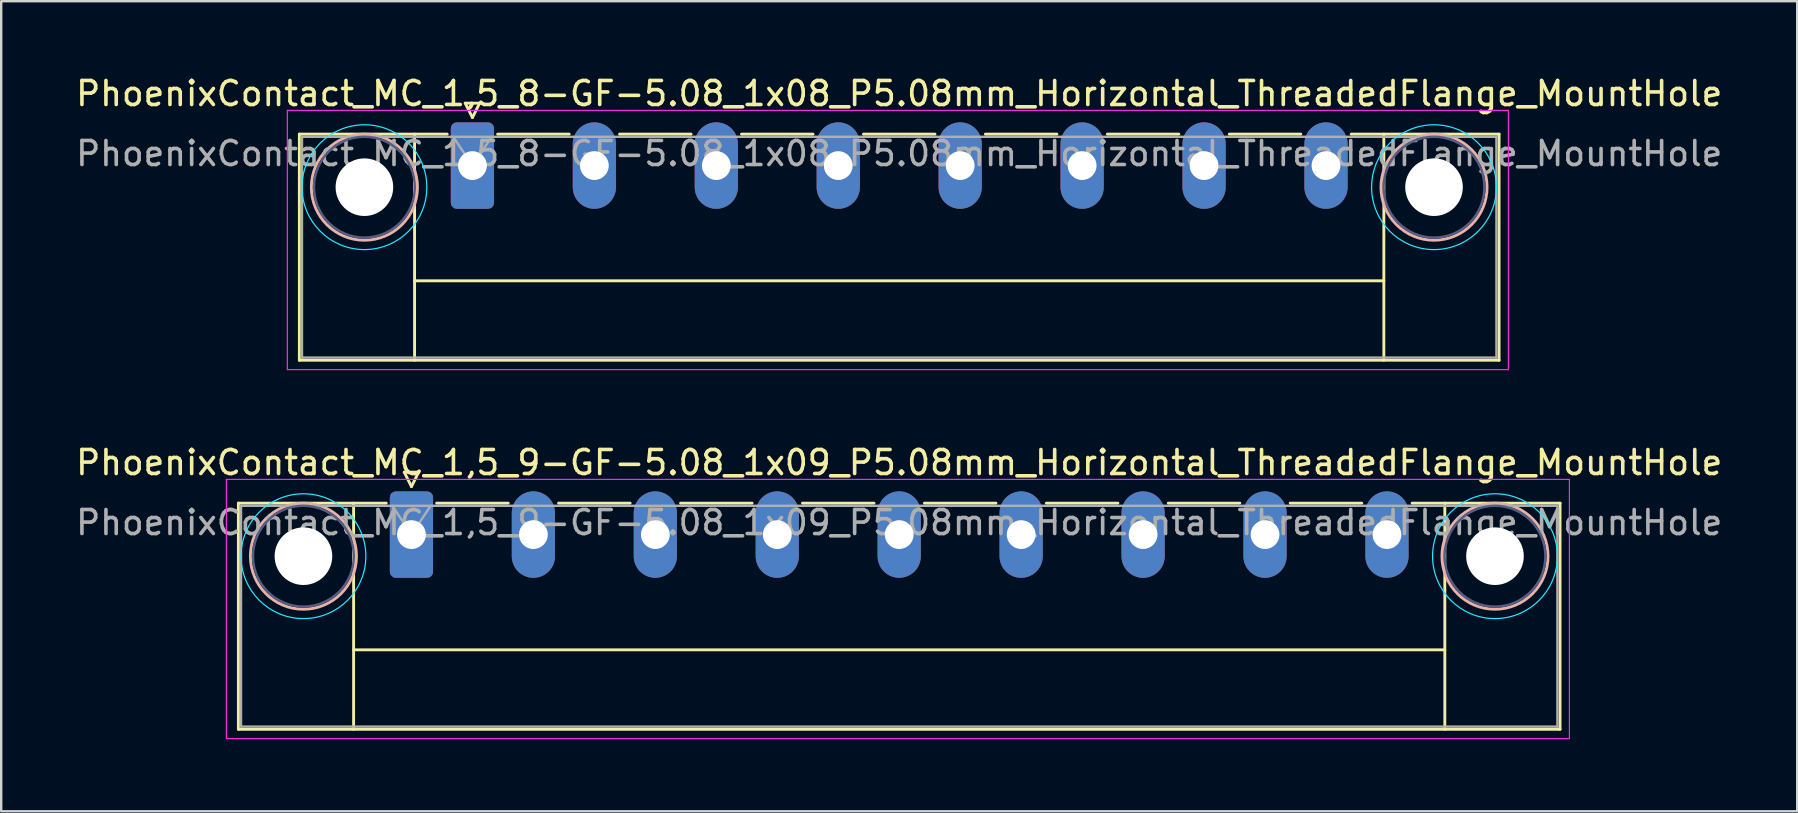
<source format=kicad_pcb>
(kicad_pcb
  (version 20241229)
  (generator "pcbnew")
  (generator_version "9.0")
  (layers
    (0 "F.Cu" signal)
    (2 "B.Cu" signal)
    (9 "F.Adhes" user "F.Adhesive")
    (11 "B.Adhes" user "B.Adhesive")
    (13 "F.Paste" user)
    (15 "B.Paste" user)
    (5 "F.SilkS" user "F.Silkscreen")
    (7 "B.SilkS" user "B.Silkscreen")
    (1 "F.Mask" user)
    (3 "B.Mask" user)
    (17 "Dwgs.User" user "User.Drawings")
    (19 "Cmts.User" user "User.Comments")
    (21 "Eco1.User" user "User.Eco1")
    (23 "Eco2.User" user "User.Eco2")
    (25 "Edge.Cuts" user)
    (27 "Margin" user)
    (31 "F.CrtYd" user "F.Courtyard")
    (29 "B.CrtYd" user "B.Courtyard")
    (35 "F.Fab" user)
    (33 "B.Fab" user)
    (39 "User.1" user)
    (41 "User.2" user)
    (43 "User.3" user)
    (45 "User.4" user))
  (footprint "PhoenixContact_MC_1,5_9-GF-5.08_1x09_P5.08mm_Horizontal_ThreadedFlange_MountHole"
    (layer "F.Cu")
    (at 14.091 19.221)
    (property "Reference" "PhoenixContact_MC_1,5_9-GF-5.08_1x09_P5.08mm_Horizontal_ThreadedFlange_MountHole" (at 20.32 -3 0) (layer "F.SilkS") (effects (font (size 1 1) (thickness 0.15))))
    (attr through_hole)
    (fp_line (start -7.21 -1.31) (end -7.21 8.11) (stroke (width 0.12) (type solid)) (layer "F.SilkS"))
    (fp_line (start -7.21 -1.31) (end -1.05 -1.31) (stroke (width 0.12) (type solid)) (layer "F.SilkS"))
    (fp_line (start -7.21 8.11) (end 47.85 8.11) (stroke (width 0.12) (type solid)) (layer "F.SilkS"))
    (fp_line (start -2.41 -1.31) (end -2.41 8.11) (stroke (width 0.12) (type solid)) (layer "F.SilkS"))
    (fp_line (start -2.41 4.8) (end 43.05 4.8) (stroke (width 0.12) (type solid)) (layer "F.SilkS"))
    (fp_line (start -0.3 -2.6) (end 0.3 -2.6) (stroke (width 0.12) (type solid)) (layer "F.SilkS"))
    (fp_line (start 0 -2) (end -0.3 -2.6) (stroke (width 0.12) (type solid)) (layer "F.SilkS"))
    (fp_line (start 0.3 -2.6) (end 0 -2) (stroke (width 0.12) (type solid)) (layer "F.SilkS"))
    (fp_line (start 1.05 -1.31) (end 4.03 -1.31) (stroke (width 0.12) (type solid)) (layer "F.SilkS"))
    (fp_line (start 6.13 -1.31) (end 9.11 -1.31) (stroke (width 0.12) (type solid)) (layer "F.SilkS"))
    (fp_line (start 11.21 -1.31) (end 14.19 -1.31) (stroke (width 0.12) (type solid)) (layer "F.SilkS"))
    (fp_line (start 16.29 -1.31) (end 19.27 -1.31) (stroke (width 0.12) (type solid)) (layer "F.SilkS"))
    (fp_line (start 21.37 -1.31) (end 24.35 -1.31) (stroke (width 0.12) (type solid)) (layer "F.SilkS"))
    (fp_line (start 26.45 -1.31) (end 29.43 -1.31) (stroke (width 0.12) (type solid)) (layer "F.SilkS"))
    (fp_line (start 31.53 -1.31) (end 34.51 -1.31) (stroke (width 0.12) (type solid)) (layer "F.SilkS"))
    (fp_line (start 36.61 -1.31) (end 39.59 -1.31) (stroke (width 0.12) (type solid)) (layer "F.SilkS"))
    (fp_line (start 43.05 -1.31) (end 43.05 8.11) (stroke (width 0.12) (type solid)) (layer "F.SilkS"))
    (fp_line (start 47.85 -1.31) (end 41.69 -1.31) (stroke (width 0.12) (type solid)) (layer "F.SilkS"))
    (fp_line (start 47.85 8.11) (end 47.85 -1.31) (stroke (width 0.12) (type solid)) (layer "F.SilkS"))
    (fp_circle (center -4.5 0.9) (end -2.29 0.9) (stroke (width 0.12) (type solid)) (fill no) (layer "B.SilkS"))
    (fp_circle (center 45.14 0.9) (end 47.35 0.9) (stroke (width 0.12) (type solid)) (fill no) (layer "B.SilkS"))
    (fp_circle (center -4.5 0.9) (end -1.9 0.9) (stroke (width 0.05) (type solid)) (fill no) (layer "B.CrtYd"))
    (fp_circle (center 45.14 0.9) (end 47.74 0.9) (stroke (width 0.05) (type solid)) (fill no) (layer "B.CrtYd"))
    (fp_line (start -7.71 -2.3) (end -7.71 8.5) (stroke (width 0.05) (type solid)) (layer "F.CrtYd"))
    (fp_line (start -7.71 8.5) (end 48.24 8.5) (stroke (width 0.05) (type solid)) (layer "F.CrtYd"))
    (fp_line (start 48.24 -2.3) (end -7.71 -2.3) (stroke (width 0.05) (type solid)) (layer "F.CrtYd"))
    (fp_line (start 48.24 8.5) (end 48.24 -2.3) (stroke (width 0.05) (type solid)) (layer "F.CrtYd"))
    (fp_circle (center -4.5 0.9) (end -2.4 0.9) (stroke (width 0.1) (type solid)) (fill no) (layer "B.Fab"))
    (fp_circle (center 45.14 0.9) (end 47.24 0.9) (stroke (width 0.1) (type solid)) (fill no) (layer "B.Fab"))
    (fp_line (start -7.1 -1.2) (end -7.1 8) (stroke (width 0.1) (type solid)) (layer "F.Fab"))
    (fp_line (start -7.1 8) (end 47.74 8) (stroke (width 0.1) (type solid)) (layer "F.Fab"))
    (fp_line (start 0 0) (end -0.8 -1.2) (stroke (width 0.1) (type solid)) (layer "F.Fab"))
    (fp_line (start 0.8 -1.2) (end 0 0) (stroke (width 0.1) (type solid)) (layer "F.Fab"))
    (fp_line (start 47.74 -1.2) (end -7.1 -1.2) (stroke (width 0.1) (type solid)) (layer "F.Fab"))
    (fp_line (start 47.74 8) (end 47.74 -1.2) (stroke (width 0.1) (type solid)) (layer "F.Fab"))
    (fp_text user "${REFERENCE}" (at 20.32 -0.5 0) (layer "F.Fab") (effects (font (size 1 1) (thickness 0.15))))
    (pad "" np_thru_hole circle (at -4.5 0.9) (size 2.4 2.4) (drill 2.4) (layers "*.Cu" "*.Mask"))
    (pad "" np_thru_hole circle (at 45.14 0.9) (size 2.4 2.4) (drill 2.4) (layers "*.Cu" "*.Mask"))
    (pad "1" thru_hole roundrect (at 0 0) (size 1.8 3.6) (drill 1.2) (layers "*.Cu" "*.Mask") (roundrect_rratio 0.139))
    (pad "2" thru_hole oval (at 5.08 0) (size 1.8 3.6) (drill 1.2) (layers "*.Cu" "*.Mask"))
    (pad "3" thru_hole oval (at 10.16 0) (size 1.8 3.6) (drill 1.2) (layers "*.Cu" "*.Mask"))
    (pad "4" thru_hole oval (at 15.24 0) (size 1.8 3.6) (drill 1.2) (layers "*.Cu" "*.Mask"))
    (pad "5" thru_hole oval (at 20.32 0) (size 1.8 3.6) (drill 1.2) (layers "*.Cu" "*.Mask"))
    (pad "6" thru_hole oval (at 25.4 0) (size 1.8 3.6) (drill 1.2) (layers "*.Cu" "*.Mask"))
    (pad "7" thru_hole oval (at 30.48 0) (size 1.8 3.6) (drill 1.2) (layers "*.Cu" "*.Mask"))
    (pad "8" thru_hole oval (at 35.56 0) (size 1.8 3.6) (drill 1.2) (layers "*.Cu" "*.Mask"))
    (pad "9" thru_hole oval (at 40.64 0) (size 1.8 3.6) (drill 1.2) (layers "*.Cu" "*.Mask")))
  (footprint "PhoenixContact_MC_1,5_8-GF-5.08_1x08_P5.08mm_Horizontal_ThreadedFlange_MountHole"
    (layer "F.Cu")
    (at 16.631 3.848)
    (property "Reference" "PhoenixContact_MC_1,5_8-GF-5.08_1x08_P5.08mm_Horizontal_ThreadedFlange_MountHole" (at 17.78 -3 0) (layer "F.SilkS") (effects (font (size 1 1) (thickness 0.15))))
    (attr through_hole)
    (fp_line (start -7.21 -1.31) (end -7.21 8.11) (stroke (width 0.12) (type solid)) (layer "F.SilkS"))
    (fp_line (start -7.21 -1.31) (end -1.05 -1.31) (stroke (width 0.12) (type solid)) (layer "F.SilkS"))
    (fp_line (start -7.21 8.11) (end 42.77 8.11) (stroke (width 0.12) (type solid)) (layer "F.SilkS"))
    (fp_line (start -2.41 -1.31) (end -2.41 8.11) (stroke (width 0.12) (type solid)) (layer "F.SilkS"))
    (fp_line (start -2.41 4.8) (end 37.97 4.8) (stroke (width 0.12) (type solid)) (layer "F.SilkS"))
    (fp_line (start -0.3 -2.6) (end 0.3 -2.6) (stroke (width 0.12) (type solid)) (layer "F.SilkS"))
    (fp_line (start 0 -2) (end -0.3 -2.6) (stroke (width 0.12) (type solid)) (layer "F.SilkS"))
    (fp_line (start 0.3 -2.6) (end 0 -2) (stroke (width 0.12) (type solid)) (layer "F.SilkS"))
    (fp_line (start 1.05 -1.31) (end 4.03 -1.31) (stroke (width 0.12) (type solid)) (layer "F.SilkS"))
    (fp_line (start 6.13 -1.31) (end 9.11 -1.31) (stroke (width 0.12) (type solid)) (layer "F.SilkS"))
    (fp_line (start 11.21 -1.31) (end 14.19 -1.31) (stroke (width 0.12) (type solid)) (layer "F.SilkS"))
    (fp_line (start 16.29 -1.31) (end 19.27 -1.31) (stroke (width 0.12) (type solid)) (layer "F.SilkS"))
    (fp_line (start 21.37 -1.31) (end 24.35 -1.31) (stroke (width 0.12) (type solid)) (layer "F.SilkS"))
    (fp_line (start 26.45 -1.31) (end 29.43 -1.31) (stroke (width 0.12) (type solid)) (layer "F.SilkS"))
    (fp_line (start 31.53 -1.31) (end 34.51 -1.31) (stroke (width 0.12) (type solid)) (layer "F.SilkS"))
    (fp_line (start 37.97 -1.31) (end 37.97 8.11) (stroke (width 0.12) (type solid)) (layer "F.SilkS"))
    (fp_line (start 42.77 -1.31) (end 36.61 -1.31) (stroke (width 0.12) (type solid)) (layer "F.SilkS"))
    (fp_line (start 42.77 8.11) (end 42.77 -1.31) (stroke (width 0.12) (type solid)) (layer "F.SilkS"))
    (fp_circle (center -4.5 0.9) (end -2.29 0.9) (stroke (width 0.12) (type solid)) (fill no) (layer "B.SilkS"))
    (fp_circle (center 40.06 0.9) (end 42.27 0.9) (stroke (width 0.12) (type solid)) (fill no) (layer "B.SilkS"))
    (fp_circle (center -4.5 0.9) (end -1.9 0.9) (stroke (width 0.05) (type solid)) (fill no) (layer "B.CrtYd"))
    (fp_circle (center 40.06 0.9) (end 42.66 0.9) (stroke (width 0.05) (type solid)) (fill no) (layer "B.CrtYd"))
    (fp_line (start -7.71 -2.3) (end -7.71 8.5) (stroke (width 0.05) (type solid)) (layer "F.CrtYd"))
    (fp_line (start -7.71 8.5) (end 43.16 8.5) (stroke (width 0.05) (type solid)) (layer "F.CrtYd"))
    (fp_line (start 43.16 -2.3) (end -7.71 -2.3) (stroke (width 0.05) (type solid)) (layer "F.CrtYd"))
    (fp_line (start 43.16 8.5) (end 43.16 -2.3) (stroke (width 0.05) (type solid)) (layer "F.CrtYd"))
    (fp_circle (center -4.5 0.9) (end -2.4 0.9) (stroke (width 0.1) (type solid)) (fill no) (layer "B.Fab"))
    (fp_circle (center 40.06 0.9) (end 42.16 0.9) (stroke (width 0.1) (type solid)) (fill no) (layer "B.Fab"))
    (fp_line (start -7.1 -1.2) (end -7.1 8) (stroke (width 0.1) (type solid)) (layer "F.Fab"))
    (fp_line (start -7.1 8) (end 42.66 8) (stroke (width 0.1) (type solid)) (layer "F.Fab"))
    (fp_line (start 0 0) (end -0.8 -1.2) (stroke (width 0.1) (type solid)) (layer "F.Fab"))
    (fp_line (start 0.8 -1.2) (end 0 0) (stroke (width 0.1) (type solid)) (layer "F.Fab"))
    (fp_line (start 42.66 -1.2) (end -7.1 -1.2) (stroke (width 0.1) (type solid)) (layer "F.Fab"))
    (fp_line (start 42.66 8) (end 42.66 -1.2) (stroke (width 0.1) (type solid)) (layer "F.Fab"))
    (fp_text user "${REFERENCE}" (at 17.78 -0.5 0) (layer "F.Fab") (effects (font (size 1 1) (thickness 0.15))))
    (pad "" np_thru_hole circle (at -4.5 0.9) (size 2.4 2.4) (drill 2.4) (layers "*.Cu" "*.Mask"))
    (pad "" np_thru_hole circle (at 40.06 0.9) (size 2.4 2.4) (drill 2.4) (layers "*.Cu" "*.Mask"))
    (pad "1" thru_hole roundrect (at 0 0) (size 1.8 3.6) (drill 1.2) (layers "*.Cu" "*.Mask") (roundrect_rratio 0.139))
    (pad "2" thru_hole oval (at 5.08 0) (size 1.8 3.6) (drill 1.2) (layers "*.Cu" "*.Mask"))
    (pad "3" thru_hole oval (at 10.16 0) (size 1.8 3.6) (drill 1.2) (layers "*.Cu" "*.Mask"))
    (pad "4" thru_hole oval (at 15.24 0) (size 1.8 3.6) (drill 1.2) (layers "*.Cu" "*.Mask"))
    (pad "5" thru_hole oval (at 20.32 0) (size 1.8 3.6) (drill 1.2) (layers "*.Cu" "*.Mask"))
    (pad "6" thru_hole oval (at 25.4 0) (size 1.8 3.6) (drill 1.2) (layers "*.Cu" "*.Mask"))
    (pad "7" thru_hole oval (at 30.48 0) (size 1.8 3.6) (drill 1.2) (layers "*.Cu" "*.Mask"))
    (pad "8" thru_hole oval (at 35.56 0) (size 1.8 3.6) (drill 1.2) (layers "*.Cu" "*.Mask")))
  (gr_rect
    (start -3 -3)
    (end 71.821 30.747)
    (stroke (width 0.1) (type default))
    (fill no)
    (layer "Edge.Cuts")))
</source>
